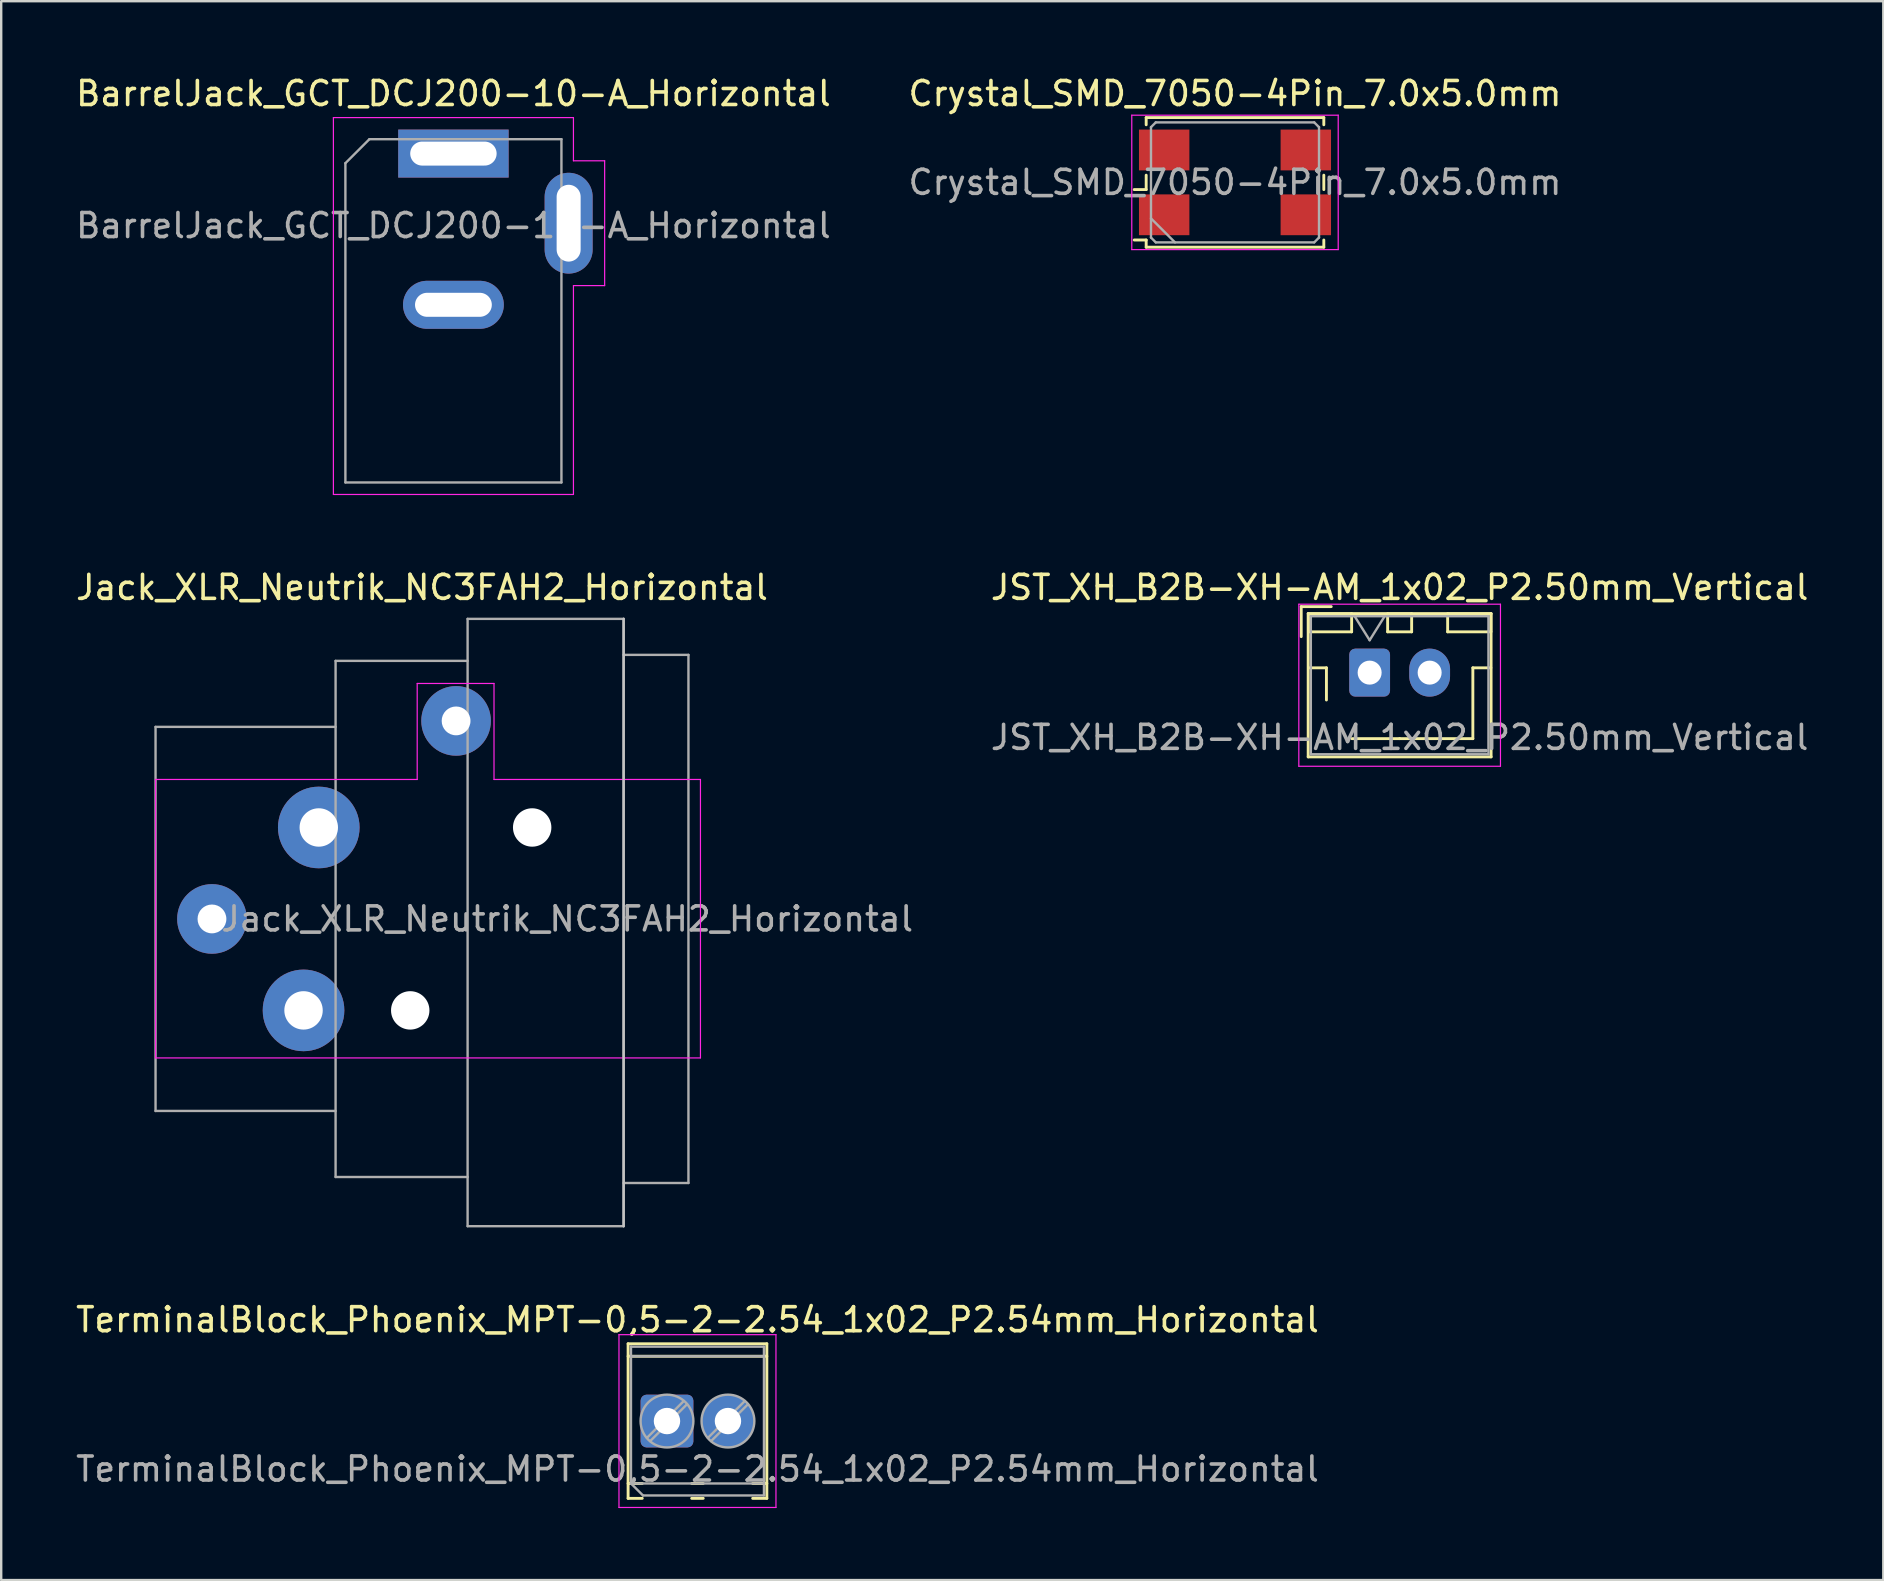
<source format=kicad_pcb>
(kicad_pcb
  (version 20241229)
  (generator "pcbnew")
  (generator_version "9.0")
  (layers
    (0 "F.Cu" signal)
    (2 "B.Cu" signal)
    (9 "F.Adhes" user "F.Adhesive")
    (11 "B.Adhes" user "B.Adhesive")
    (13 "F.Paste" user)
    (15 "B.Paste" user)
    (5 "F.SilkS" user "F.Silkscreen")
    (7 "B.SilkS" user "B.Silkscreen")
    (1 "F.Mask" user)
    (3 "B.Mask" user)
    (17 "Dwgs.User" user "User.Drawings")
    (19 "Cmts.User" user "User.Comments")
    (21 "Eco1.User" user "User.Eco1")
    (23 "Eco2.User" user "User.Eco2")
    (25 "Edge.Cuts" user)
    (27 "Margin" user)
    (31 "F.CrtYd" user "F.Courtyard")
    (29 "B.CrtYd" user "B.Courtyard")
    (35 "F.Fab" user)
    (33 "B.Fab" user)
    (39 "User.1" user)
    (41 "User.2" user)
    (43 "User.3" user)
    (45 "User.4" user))
  (footprint "JST_XH_B2B-XH-AM_1x02_P2.50mm_Vertical"
    (layer "F.Cu")
    (at 54.008 24.971)
    (property "Reference" "JST_XH_B2B-XH-AM_1x02_P2.50mm_Vertical" (at 1.25 -3.55 0) (layer "F.SilkS") (effects (font (size 1 1) (thickness 0.15))))
    (attr through_hole)
    (fp_line (start -2.85 -2.75) (end -2.85 -1.5) (stroke (width 0.12) (type solid)) (layer "F.SilkS"))
    (fp_line (start -2.56 -2.46) (end -2.56 3.51) (stroke (width 0.12) (type solid)) (layer "F.SilkS"))
    (fp_line (start -2.56 3.51) (end 5.06 3.51) (stroke (width 0.12) (type solid)) (layer "F.SilkS"))
    (fp_line (start -2.55 -2.45) (end -2.55 -1.7) (stroke (width 0.12) (type solid)) (layer "F.SilkS"))
    (fp_line (start -2.55 -1.7) (end -0.75 -1.7) (stroke (width 0.12) (type solid)) (layer "F.SilkS"))
    (fp_line (start -2.55 -0.2) (end -1.8 -0.2) (stroke (width 0.12) (type solid)) (layer "F.SilkS"))
    (fp_line (start -1.8 -0.2) (end -1.8 1.14) (stroke (width 0.12) (type solid)) (layer "F.SilkS"))
    (fp_line (start -1.6 -2.75) (end -2.85 -2.75) (stroke (width 0.12) (type solid)) (layer "F.SilkS"))
    (fp_line (start -0.75 -2.45) (end -2.55 -2.45) (stroke (width 0.12) (type solid)) (layer "F.SilkS"))
    (fp_line (start -0.75 -1.7) (end -0.75 -2.45) (stroke (width 0.12) (type solid)) (layer "F.SilkS"))
    (fp_line (start 0.75 -2.45) (end 0.75 -1.7) (stroke (width 0.12) (type solid)) (layer "F.SilkS"))
    (fp_line (start 0.75 -1.7) (end 1.75 -1.7) (stroke (width 0.12) (type solid)) (layer "F.SilkS"))
    (fp_line (start 1.25 2.75) (end -0.74 2.75) (stroke (width 0.12) (type solid)) (layer "F.SilkS"))
    (fp_line (start 1.75 -2.45) (end 0.75 -2.45) (stroke (width 0.12) (type solid)) (layer "F.SilkS"))
    (fp_line (start 1.75 -1.7) (end 1.75 -2.45) (stroke (width 0.12) (type solid)) (layer "F.SilkS"))
    (fp_line (start 3.25 -2.45) (end 3.25 -1.7) (stroke (width 0.12) (type solid)) (layer "F.SilkS"))
    (fp_line (start 3.25 -1.7) (end 5.05 -1.7) (stroke (width 0.12) (type solid)) (layer "F.SilkS"))
    (fp_line (start 4.3 -0.2) (end 4.3 2.75) (stroke (width 0.12) (type solid)) (layer "F.SilkS"))
    (fp_line (start 4.3 2.75) (end 1.25 2.75) (stroke (width 0.12) (type solid)) (layer "F.SilkS"))
    (fp_line (start 5.05 -2.45) (end 3.25 -2.45) (stroke (width 0.12) (type solid)) (layer "F.SilkS"))
    (fp_line (start 5.05 -1.7) (end 5.05 -2.45) (stroke (width 0.12) (type solid)) (layer "F.SilkS"))
    (fp_line (start 5.05 -0.2) (end 4.3 -0.2) (stroke (width 0.12) (type solid)) (layer "F.SilkS"))
    (fp_line (start 5.06 -2.46) (end -2.56 -2.46) (stroke (width 0.12) (type solid)) (layer "F.SilkS"))
    (fp_line (start 5.06 3.51) (end 5.06 -2.46) (stroke (width 0.12) (type solid)) (layer "F.SilkS"))
    (fp_line (start -2.95 -2.85) (end -2.95 3.9) (stroke (width 0.05) (type solid)) (layer "F.CrtYd"))
    (fp_line (start -2.95 3.9) (end 5.45 3.9) (stroke (width 0.05) (type solid)) (layer "F.CrtYd"))
    (fp_line (start 5.45 -2.85) (end -2.95 -2.85) (stroke (width 0.05) (type solid)) (layer "F.CrtYd"))
    (fp_line (start 5.45 3.9) (end 5.45 -2.85) (stroke (width 0.05) (type solid)) (layer "F.CrtYd"))
    (fp_line (start -2.45 -2.35) (end -2.45 3.4) (stroke (width 0.1) (type solid)) (layer "F.Fab"))
    (fp_line (start -2.45 3.4) (end 4.95 3.4) (stroke (width 0.1) (type solid)) (layer "F.Fab"))
    (fp_line (start -0.625 -2.35) (end 0 -1.35) (stroke (width 0.1) (type solid)) (layer "F.Fab"))
    (fp_line (start 0 -1.35) (end 0.625 -2.35) (stroke (width 0.1) (type solid)) (layer "F.Fab"))
    (fp_line (start 4.95 -2.35) (end -2.45 -2.35) (stroke (width 0.1) (type solid)) (layer "F.Fab"))
    (fp_line (start 4.95 3.4) (end 4.95 -2.35) (stroke (width 0.1) (type solid)) (layer "F.Fab"))
    (fp_text user "${REFERENCE}" (at 1.25 2.7 0) (layer "F.Fab") (effects (font (size 1 1) (thickness 0.15))))
    (pad "1" thru_hole roundrect (at 0 0) (size 1.7 2) (drill 1) (layers "*.Cu" "*.Mask") (roundrect_rratio 0.147))
    (pad "2" thru_hole oval (at 2.5 0) (size 1.7 2) (drill 1) (layers "*.Cu" "*.Mask")))
  (footprint "Crystal_SMD_7050-4Pin_7.0x5.0mm"
    (layer "F.Cu")
    (at 48.399 4.548)
    (property "Reference" "Crystal_SMD_7050-4Pin_7.0x5.0mm" (at 0 -3.7 0) (layer "F.SilkS") (effects (font (size 1 1) (thickness 0.15))))
    (attr smd)
    (fp_line (start -4.2 0.3) (end -3.7 0.3) (stroke (width 0.12) (type solid)) (layer "F.SilkS"))
    (fp_line (start -4.2 2.4) (end -3.7 2.4) (stroke (width 0.12) (type solid)) (layer "F.SilkS"))
    (fp_line (start -3.7 -2.7) (end 3.7 -2.7) (stroke (width 0.12) (type solid)) (layer "F.SilkS"))
    (fp_line (start -3.7 -2.4) (end -3.7 -2.7) (stroke (width 0.12) (type solid)) (layer "F.SilkS"))
    (fp_line (start -3.7 0.3) (end -3.7 -0.3) (stroke (width 0.12) (type solid)) (layer "F.SilkS"))
    (fp_line (start -3.7 2.4) (end -3.7 2.7) (stroke (width 0.12) (type solid)) (layer "F.SilkS"))
    (fp_line (start -3.7 2.7) (end 3.7 2.7) (stroke (width 0.12) (type solid)) (layer "F.SilkS"))
    (fp_line (start 3.7 -2.7) (end 3.7 -2.4) (stroke (width 0.12) (type solid)) (layer "F.SilkS"))
    (fp_line (start 3.7 -0.3) (end 3.7 0.3) (stroke (width 0.12) (type solid)) (layer "F.SilkS"))
    (fp_line (start 3.7 2.7) (end 3.7 2.4) (stroke (width 0.12) (type solid)) (layer "F.SilkS"))
    (fp_line (start -4.3 -2.8) (end -4.3 2.8) (stroke (width 0.05) (type solid)) (layer "F.CrtYd"))
    (fp_line (start -4.3 2.8) (end 4.3 2.8) (stroke (width 0.05) (type solid)) (layer "F.CrtYd"))
    (fp_line (start 4.3 -2.8) (end -4.3 -2.8) (stroke (width 0.05) (type solid)) (layer "F.CrtYd"))
    (fp_line (start 4.3 2.8) (end 4.3 -2.8) (stroke (width 0.05) (type solid)) (layer "F.CrtYd"))
    (fp_line (start -3.5 -2.3) (end -3.3 -2.5) (stroke (width 0.1) (type solid)) (layer "F.Fab"))
    (fp_line (start -3.5 1.5) (end -2.5 2.5) (stroke (width 0.1) (type solid)) (layer "F.Fab"))
    (fp_line (start -3.5 2.3) (end -3.5 -2.3) (stroke (width 0.1) (type solid)) (layer "F.Fab"))
    (fp_line (start -3.3 -2.5) (end 3.3 -2.5) (stroke (width 0.1) (type solid)) (layer "F.Fab"))
    (fp_line (start -3.3 2.5) (end -3.5 2.3) (stroke (width 0.1) (type solid)) (layer "F.Fab"))
    (fp_line (start 3.3 -2.5) (end 3.5 -2.3) (stroke (width 0.1) (type solid)) (layer "F.Fab"))
    (fp_line (start 3.3 2.5) (end -3.3 2.5) (stroke (width 0.1) (type solid)) (layer "F.Fab"))
    (fp_line (start 3.5 -2.3) (end 3.5 2.3) (stroke (width 0.1) (type solid)) (layer "F.Fab"))
    (fp_line (start 3.5 2.3) (end 3.3 2.5) (stroke (width 0.1) (type solid)) (layer "F.Fab"))
    (fp_text user "${REFERENCE}" (at 0 0 0) (layer "F.Fab") (effects (font (size 1 1) (thickness 0.15))))
    (pad "1" smd rect (at -2.95 1.35) (size 2.1 1.7) (layers "F.Cu" "F.Mask" "F.Paste"))
    (pad "2" smd rect (at 2.95 1.35) (size 2.1 1.7) (layers "F.Cu" "F.Mask" "F.Paste"))
    (pad "3" smd rect (at 2.95 -1.35) (size 2.1 1.7) (layers "F.Cu" "F.Mask" "F.Paste"))
    (pad "4" smd rect (at -2.95 -1.35) (size 2.1 1.7) (layers "F.Cu" "F.Mask" "F.Paste")))
  (footprint "BarrelJack_GCT_DCJ200-10-A_Horizontal"
    (layer "F.Cu")
    (at 15.839 3.348)
    (property "Reference" "BarrelJack_GCT_DCJ200-10-A_Horizontal" (at 0 -2.5 0) (layer "F.SilkS") (effects (font (size 1 1) (thickness 0.15))))
    (attr through_hole)
    (fp_line (start -5 -1.5) (end -5 14.2) (stroke (width 0.05) (type solid)) (layer "F.CrtYd"))
    (fp_line (start -5 14.2) (end 5 14.2) (stroke (width 0.05) (type solid)) (layer "F.CrtYd"))
    (fp_line (start 5 -1.5) (end -5 -1.5) (stroke (width 0.05) (type solid)) (layer "F.CrtYd"))
    (fp_line (start 5 0.3) (end 5 -1.5) (stroke (width 0.05) (type solid)) (layer "F.CrtYd"))
    (fp_line (start 5 14.2) (end 5 5.5) (stroke (width 0.05) (type solid)) (layer "F.CrtYd"))
    (fp_line (start 6.3 0.3) (end 5 0.3) (stroke (width 0.05) (type solid)) (layer "F.CrtYd"))
    (fp_line (start 6.3 0.3) (end 6.3 5.5) (stroke (width 0.05) (type solid)) (layer "F.CrtYd"))
    (fp_line (start 6.3 5.5) (end 5 5.5) (stroke (width 0.05) (type solid)) (layer "F.CrtYd"))
    (fp_line (start -4.5 0.4) (end -3.5 -0.6) (stroke (width 0.1) (type solid)) (layer "F.Fab"))
    (fp_line (start -4.5 13.7) (end -4.5 0.4) (stroke (width 0.1) (type solid)) (layer "F.Fab"))
    (fp_line (start 4.5 -0.6) (end -3.5 -0.6) (stroke (width 0.1) (type solid)) (layer "F.Fab"))
    (fp_line (start 4.5 -0.6) (end 4.5 13.7) (stroke (width 0.1) (type solid)) (layer "F.Fab"))
    (fp_line (start 4.5 13.7) (end -4.5 13.7) (stroke (width 0.1) (type solid)) (layer "F.Fab"))
    (fp_text user "${REFERENCE}" (at 0 3 0) (layer "F.Fab") (effects (font (size 1 1) (thickness 0.15))))
    (pad "1" thru_hole rect (at 0 0) (size 4.6 2) (drill oval 3.6 1) (layers "*.Cu" "*.Mask"))
    (pad "2" thru_hole oval (at 0 6.3) (size 4.2 2) (drill oval 3.2 1) (layers "*.Cu" "*.Mask"))
    (pad "3" thru_hole oval (at 4.8 2.9) (size 2 4.2) (drill oval 1 3.2) (layers "*.Cu" "*.Mask")))
  (footprint "TerminalBlock_Phoenix_MPT-0,5-2-2.54_1x02_P2.54mm_Horizontal"
    (layer "F.Cu")
    (at 24.736 56.15)
    (property "Reference" "TerminalBlock_Phoenix_MPT-0,5-2-2.54_1x02_P2.54mm_Horizontal" (at 1.27 -4.22 0) (layer "F.SilkS") (effects (font (size 1 1) (thickness 0.15))))
    (attr through_hole)
    (fp_line (start -1.62 -3.22) (end -1.62 3.22) (stroke (width 0.12) (type solid)) (layer "F.SilkS"))
    (fp_line (start -1.62 -3.22) (end 4.16 -3.22) (stroke (width 0.12) (type solid)) (layer "F.SilkS"))
    (fp_line (start -1.62 -2.7) (end 4.16 -2.7) (stroke (width 0.12) (type solid)) (layer "F.SilkS"))
    (fp_line (start -1.62 2.6) (end -1.03 2.6) (stroke (width 0.12) (type solid)) (layer "F.SilkS"))
    (fp_line (start -1.62 3.22) (end -1.03 3.22) (stroke (width 0.12) (type solid)) (layer "F.SilkS"))
    (fp_line (start 1.03 2.6) (end 1.51 2.6) (stroke (width 0.12) (type solid)) (layer "F.SilkS"))
    (fp_line (start 1.03 3.22) (end 1.51 3.22) (stroke (width 0.12) (type solid)) (layer "F.SilkS"))
    (fp_line (start 3.57 2.6) (end 4.16 2.6) (stroke (width 0.12) (type solid)) (layer "F.SilkS"))
    (fp_line (start 3.57 3.22) (end 4.16 3.22) (stroke (width 0.12) (type solid)) (layer "F.SilkS"))
    (fp_line (start 4.16 -3.22) (end 4.16 3.22) (stroke (width 0.12) (type solid)) (layer "F.SilkS"))
    (fp_line (start -2 -3.6) (end -2 3.6) (stroke (width 0.05) (type solid)) (layer "F.CrtYd"))
    (fp_line (start -2 3.6) (end 4.54 3.6) (stroke (width 0.05) (type solid)) (layer "F.CrtYd"))
    (fp_line (start 4.54 -3.6) (end -2 -3.6) (stroke (width 0.05) (type solid)) (layer "F.CrtYd"))
    (fp_line (start 4.54 3.6) (end 4.54 -3.6) (stroke (width 0.05) (type solid)) (layer "F.CrtYd"))
    (fp_line (start -1.5 -3.1) (end 4.04 -3.1) (stroke (width 0.1) (type solid)) (layer "F.Fab"))
    (fp_line (start -1.5 -2.7) (end 4.04 -2.7) (stroke (width 0.1) (type solid)) (layer "F.Fab"))
    (fp_line (start -1.5 2.6) (end -1.5 -3.1) (stroke (width 0.1) (type solid)) (layer "F.Fab"))
    (fp_line (start -1.5 2.6) (end 4.04 2.6) (stroke (width 0.1) (type solid)) (layer "F.Fab"))
    (fp_line (start -1 3.1) (end -1.5 2.6) (stroke (width 0.1) (type solid)) (layer "F.Fab"))
    (fp_line (start 0.7 -0.834) (end -0.834 0.7) (stroke (width 0.1) (type solid)) (layer "F.Fab"))
    (fp_line (start 0.834 -0.7) (end -0.7 0.834) (stroke (width 0.1) (type solid)) (layer "F.Fab"))
    (fp_line (start 3.24 -0.834) (end 1.706 0.7) (stroke (width 0.1) (type solid)) (layer "F.Fab"))
    (fp_line (start 3.374 -0.7) (end 1.84 0.834) (stroke (width 0.1) (type solid)) (layer "F.Fab"))
    (fp_line (start 4.04 -3.1) (end 4.04 3.1) (stroke (width 0.1) (type solid)) (layer "F.Fab"))
    (fp_line (start 4.04 3.1) (end -1 3.1) (stroke (width 0.1) (type solid)) (layer "F.Fab"))
    (fp_circle (center 0 0) (end 1.1 0) (stroke (width 0.1) (type solid)) (fill no) (layer "F.Fab"))
    (fp_circle (center 2.54 0) (end 3.64 0) (stroke (width 0.1) (type solid)) (fill no) (layer "F.Fab"))
    (fp_text user "${REFERENCE}" (at 1.27 2 0) (layer "F.Fab") (effects (font (size 1 1) (thickness 0.15))))
    (pad "1" thru_hole roundrect (at 0 0) (size 2.2 2.2) (drill 1.1) (layers "*.Cu" "*.Mask") (roundrect_rratio 0.114))
    (pad "2" thru_hole circle (at 2.54 0) (size 2.2 2.2) (drill 1.1) (layers "*.Cu" "*.Mask")))
  (footprint "Jack_XLR_Neutrik_NC3FAH2_Horizontal"
    (layer "F.Cu")
    (at 10.23 31.422)
    (property "Reference" "Jack_XLR_Neutrik_NC3FAH2_Horizontal" (at 4.3 -10 0) (layer "F.SilkS") (effects (font (size 1 1) (thickness 0.15))))
    (attr through_hole)
    (fp_line (start 12.7 -8.69) (end 12.7 16.61) (stroke (width 0.1) (type solid)) (layer "Dwgs.User"))
    (fp_line (start -6.8 -2) (end -6.8 9.6) (stroke (width 0.05) (type solid)) (layer "F.CrtYd"))
    (fp_line (start 4.1 -6) (end 7.3 -6) (stroke (width 0.05) (type default)) (layer "F.CrtYd"))
    (fp_line (start 4.1 -2) (end -6.8 -2) (stroke (width 0.05) (type solid)) (layer "F.CrtYd"))
    (fp_line (start 4.1 -2) (end 4.1 -6) (stroke (width 0.05) (type default)) (layer "F.CrtYd"))
    (fp_line (start 7.3 -6) (end 7.3 -2) (stroke (width 0.05) (type default)) (layer "F.CrtYd"))
    (fp_line (start 15.9 -2) (end 7.3 -2) (stroke (width 0.05) (type solid)) (layer "F.CrtYd"))
    (fp_line (start 15.9 -2) (end 15.9 9.6) (stroke (width 0.05) (type solid)) (layer "F.CrtYd"))
    (fp_line (start 15.9 9.6) (end -6.8 9.6) (stroke (width 0.05) (type solid)) (layer "F.CrtYd"))
    (fp_line (start -6.8 -4.19) (end -6.8 11.81) (stroke (width 0.1) (type solid)) (layer "F.Fab"))
    (fp_line (start -6.8 11.81) (end 0.7 11.81) (stroke (width 0.1) (type solid)) (layer "F.Fab"))
    (fp_line (start 0.7 -6.94) (end 0.7 14.56) (stroke (width 0.1) (type solid)) (layer "F.Fab"))
    (fp_line (start 0.7 -4.19) (end -6.8 -4.19) (stroke (width 0.1) (type solid)) (layer "F.Fab"))
    (fp_line (start 0.7 14.56) (end 6.2 14.56) (stroke (width 0.1) (type solid)) (layer "F.Fab"))
    (fp_line (start 6.2 -8.69) (end 12.7 -8.69) (stroke (width 0.1) (type solid)) (layer "F.Fab"))
    (fp_line (start 6.2 -6.94) (end 0.7 -6.94) (stroke (width 0.1) (type solid)) (layer "F.Fab"))
    (fp_line (start 6.2 16.61) (end 6.2 -8.69) (stroke (width 0.1) (type solid)) (layer "F.Fab"))
    (fp_line (start 12.7 -8.69) (end 12.7 16.61) (stroke (width 0.1) (type solid)) (layer "F.Fab"))
    (fp_line (start 12.7 -7.19) (end 15.4 -7.19) (stroke (width 0.1) (type solid)) (layer "F.Fab"))
    (fp_line (start 12.7 16.61) (end 6.2 16.61) (stroke (width 0.1) (type solid)) (layer "F.Fab"))
    (fp_line (start 15.4 -7.19) (end 15.4 14.81) (stroke (width 0.1) (type solid)) (layer "F.Fab"))
    (fp_line (start 15.4 14.81) (end 12.7 14.81) (stroke (width 0.1) (type solid)) (layer "F.Fab"))
    (fp_text user "${REFERENCE}" (at 10.35 3.81 0) (layer "F.Fab") (effects (font (size 1 1) (thickness 0.15))))
    (pad "" np_thru_hole circle (at 3.81 7.62) (size 1.6 1.6) (drill 1.6) (layers "*.Cu" "*.Mask"))
    (pad "" np_thru_hole circle (at 8.89 0) (size 1.6 1.6) (drill 1.6) (layers "*.Cu" "*.Mask"))
    (pad "1" thru_hole circle (at 0 0) (size 3.4 3.4) (drill 1.6) (layers "*.Cu" "*.Mask"))
    (pad "2" thru_hole circle (at -0.635 7.62) (size 3.4 3.4) (drill 1.6) (layers "*.Cu" "*.Mask"))
    (pad "3" thru_hole circle (at -4.45 3.81) (size 2.9 2.9) (drill 1.2) (layers "*.Cu" "*.Mask"))
    (pad "G" thru_hole circle (at 5.72 -4.44) (size 2.9 2.9) (drill 1.2) (layers "*.Cu" "*.Mask")))
  (gr_rect
    (start -3 -3)
    (end 75.407 62.775)
    (stroke (width 0.1) (type default))
    (fill no)
    (layer "Edge.Cuts")))
</source>
